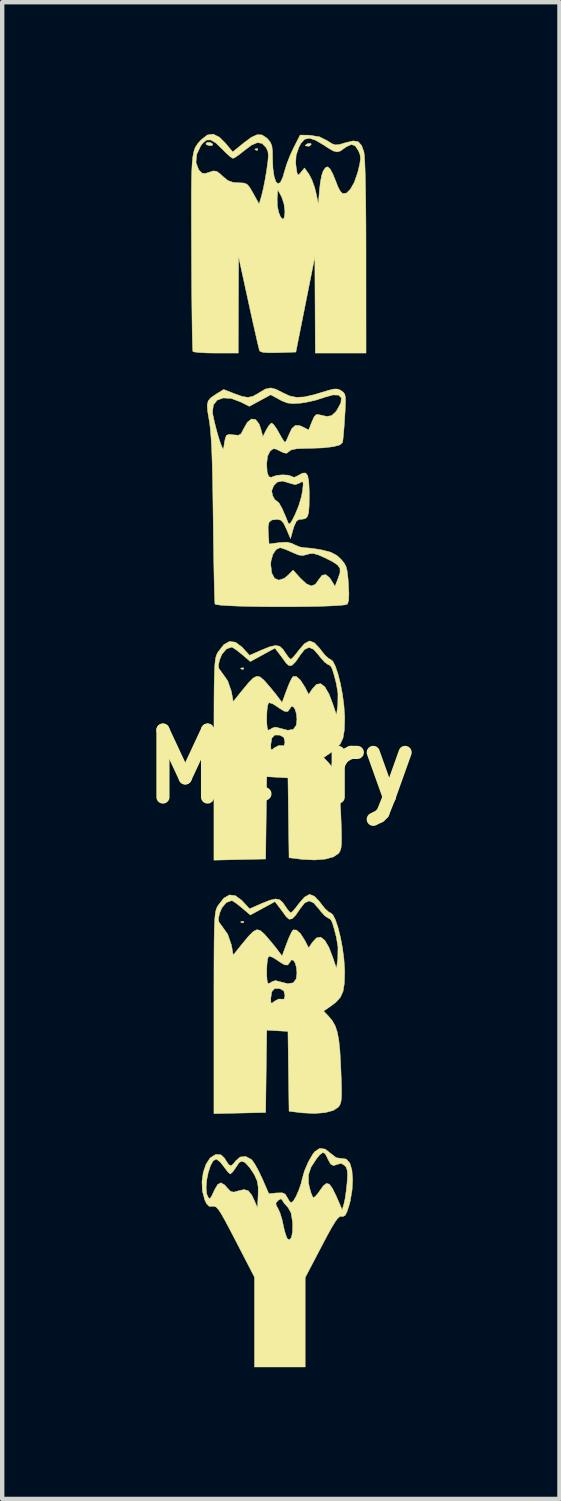
<source format=kicad_pcb>
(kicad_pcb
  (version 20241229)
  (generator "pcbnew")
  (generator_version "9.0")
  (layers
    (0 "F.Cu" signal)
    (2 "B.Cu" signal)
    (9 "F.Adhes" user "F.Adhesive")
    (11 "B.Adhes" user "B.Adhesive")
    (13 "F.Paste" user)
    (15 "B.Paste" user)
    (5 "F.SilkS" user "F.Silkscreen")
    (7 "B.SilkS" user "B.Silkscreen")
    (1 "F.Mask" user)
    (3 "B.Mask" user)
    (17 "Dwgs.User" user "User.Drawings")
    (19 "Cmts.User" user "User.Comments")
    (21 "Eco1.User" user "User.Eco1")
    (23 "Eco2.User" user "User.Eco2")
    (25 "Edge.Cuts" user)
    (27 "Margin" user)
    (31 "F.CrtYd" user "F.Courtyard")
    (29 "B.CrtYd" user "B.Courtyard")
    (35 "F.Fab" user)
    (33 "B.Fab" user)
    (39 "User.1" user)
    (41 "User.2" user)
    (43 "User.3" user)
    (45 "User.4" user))
  (footprint "Merry"
    (layer "F.Cu")
    (at 3.346 14.412)
    (property "Reference" "Merry" (at 0 0 0) (layer "F.SilkS") (effects (font (size 1.524 1.524) (thickness 0.3))))
    (attr through_hole)
    (fp_poly (pts (xy -0.847 -2.248) (xy -0.853 -2.22) (xy -0.877 -2.217) (xy -0.915 -2.234) (xy -0.908 -2.248) (xy -0.853 -2.253) (xy -0.847 -2.248)) (stroke (width 0.01) (type solid)) (fill yes) (layer "F.SilkS"))
    (fp_poly (pts (xy -0.847 3.525) (xy -0.853 3.553) (xy -0.877 3.556) (xy -0.915 3.539) (xy -0.908 3.525) (xy -0.853 3.52) (xy -0.847 3.525)) (stroke (width 0.01) (type solid)) (fill yes) (layer "F.SilkS"))
    (fp_poly (pts (xy -0.523 -14.07) (xy -0.53 -14.043) (xy -0.554 -14.039) (xy -0.592 -14.056) (xy -0.585 -14.07) (xy -0.53 -14.076) (xy -0.523 -14.07)) (stroke (width 0.01) (type solid)) (fill yes) (layer "F.SilkS"))
    (fp_poly (pts (xy -1.605 -14.217) (xy -1.549 -14.181) (xy -1.549 -14.181) (xy -1.564 -14.149) (xy -1.615 -14.144) (xy -1.691 -14.165) (xy -1.709 -14.188) (xy -1.675 -14.22) (xy -1.605 -14.217)) (stroke (width 0.01) (type solid)) (fill yes) (layer "F.SilkS"))
    (fp_poly (pts (xy 0.693 -14.176) (xy 0.655 -14.137) (xy 0.623 -14.132) (xy 0.562 -14.142) (xy 0.554 -14.15) (xy 0.59 -14.18) (xy 0.623 -14.195) (xy 0.683 -14.195) (xy 0.693 -14.176)) (stroke (width 0.01) (type solid)) (fill yes) (layer "F.SilkS"))
    (fp_poly (pts (xy 1.011 8.708) (xy 1.137 8.808) (xy 1.262 8.904) (xy 1.38 8.921) (xy 1.487 8.934) (xy 1.562 9.015) (xy 1.573 9.033) (xy 1.618 9.186) (xy 1.635 9.398) (xy 1.622 9.642) (xy 1.58 9.889) (xy 1.553 9.992) (xy 1.503 10.142) (xy 1.461 10.22) (xy 1.413 10.243) (xy 1.384 10.239) (xy 1.346 10.242) (xy 1.3 10.278) (xy 1.24 10.357) (xy 1.16 10.489) (xy 1.052 10.684) (xy 0.925 10.925) (xy 0.554 11.634) (xy 0.554 13.67) (xy -0.6 13.67) (xy -0.6 11.624) (xy -1.022 10.807) (xy -1.167 10.528) (xy -1.278 10.321) (xy -1.36 10.176) (xy -1.422 10.083) (xy -1.47 10.031) (xy -1.511 10.01) (xy -1.551 10.011) (xy -1.553 10.011) (xy -1.633 10.01) (xy -1.69 9.953) (xy -1.732 9.867) (xy -1.786 9.665) (xy -1.79 9.585) (xy -1.702 9.585) (xy -1.689 9.725) (xy -1.664 9.789) (xy -1.634 9.831) (xy -1.609 9.83) (xy -1.574 9.774) (xy -1.515 9.648) (xy -1.512 9.64) (xy -1.438 9.513) (xy -1.365 9.475) (xy -1.28 9.524) (xy -1.222 9.59) (xy -1.145 9.671) (xy -1.072 9.688) (xy -0.976 9.661) (xy -0.838 9.629) (xy -0.741 9.657) (xy -0.662 9.756) (xy -0.616 9.852) (xy -0.531 10.045) (xy -0.526 9.933) (xy -0.113 9.933) (xy -0.105 9.992) (xy -0.069 10.052) (xy -0.02 10.159) (xy 0.028 10.316) (xy 0.052 10.427) (xy 0.087 10.582) (xy 0.127 10.704) (xy 0.152 10.753) (xy 0.201 10.774) (xy 0.241 10.718) (xy 0.265 10.6) (xy 0.27 10.433) (xy 0.265 10.355) (xy 0.232 10.16) (xy 0.163 10.035) (xy 0.151 10.023) (xy 0.073 9.936) (xy 0.035 9.874) (xy 0.006 9.838) (xy -0.054 9.871) (xy -0.063 9.878) (xy -0.113 9.933) (xy -0.526 9.933) (xy -0.517 9.752) (xy -0.516 9.569) (xy -0.539 9.434) (xy -0.596 9.304) (xy -0.623 9.257) (xy -0.71 9.128) (xy -0.797 9.031) (xy -0.833 9.004) (xy -0.898 8.984) (xy -0.953 9.018) (xy -1.022 9.121) (xy -1.022 9.121) (xy -1.091 9.22) (xy -1.145 9.271) (xy -1.157 9.273) (xy -1.205 9.229) (xy -1.277 9.136) (xy -1.304 9.098) (xy -1.386 8.997) (xy -1.46 8.941) (xy -1.478 8.936) (xy -1.544 8.978) (xy -1.604 9.089) (xy -1.654 9.243) (xy -1.689 9.416) (xy -1.702 9.585) (xy -1.79 9.585) (xy -1.796 9.449) (xy -1.767 9.237) (xy -1.703 9.051) (xy -1.611 8.91) (xy -1.495 8.835) (xy -1.466 8.829) (xy -1.364 8.838) (xy -1.289 8.906) (xy -1.258 8.956) (xy -1.187 9.063) (xy -1.131 9.088) (xy -1.069 9.032) (xy -1.035 8.982) (xy -0.928 8.888) (xy -0.799 8.875) (xy -0.67 8.945) (xy -0.653 8.963) (xy -0.591 9.052) (xy -0.511 9.197) (xy -0.429 9.369) (xy -0.419 9.391) (xy -0.274 9.723) (xy -0.092 9.706) (xy 0.032 9.703) (xy 0.1 9.734) (xy 0.145 9.809) (xy 0.196 9.896) (xy 0.237 9.929) (xy 0.285 9.889) (xy 0.346 9.786) (xy 0.408 9.646) (xy 0.46 9.495) (xy 0.483 9.4) (xy 0.513 9.293) (xy 0.628 9.293) (xy 0.63 9.477) (xy 0.649 9.569) (xy 0.686 9.702) (xy 0.722 9.792) (xy 0.737 9.812) (xy 0.78 9.791) (xy 0.849 9.711) (xy 0.883 9.662) (xy 0.968 9.543) (xy 1.038 9.489) (xy 1.103 9.506) (xy 1.172 9.598) (xy 1.258 9.771) (xy 1.297 9.86) (xy 1.397 10.091) (xy 1.438 9.952) (xy 1.463 9.835) (xy 1.488 9.663) (xy 1.507 9.488) (xy 1.519 9.307) (xy 1.513 9.193) (xy 1.487 9.12) (xy 1.458 9.084) (xy 1.374 9.032) (xy 1.289 9.054) (xy 1.2 9.084) (xy 1.135 9.049) (xy 1.073 8.939) (xy 1.063 8.914) (xy 1.009 8.811) (xy 0.956 8.785) (xy 0.885 8.837) (xy 0.814 8.925) (xy 0.687 9.119) (xy 0.628 9.293) (xy 0.513 9.293) (xy 0.537 9.207) (xy 0.626 8.999) (xy 0.729 8.821) (xy 0.775 8.763) (xy 0.886 8.691) (xy 1.011 8.708)) (stroke (width 0.01) (type solid)) (fill yes) (layer "F.SilkS"))
    (fp_poly (pts (xy 0.765 -2.822) (xy 0.883 -2.697) (xy 0.914 -2.655) (xy 1.006 -2.54) (xy 1.089 -2.465) (xy 1.127 -2.448) (xy 1.183 -2.404) (xy 1.243 -2.286) (xy 1.302 -2.109) (xy 1.357 -1.891) (xy 1.403 -1.648) (xy 1.436 -1.398) (xy 1.453 -1.156) (xy 1.454 -1.085) (xy 1.446 -0.836) (xy 1.416 -0.655) (xy 1.354 -0.519) (xy 1.25 -0.406) (xy 1.131 -0.316) (xy 0.974 -0.209) (xy 1.085 -0.093) (xy 1.171 0.01) (xy 1.237 0.126) (xy 1.285 0.269) (xy 1.32 0.454) (xy 1.345 0.697) (xy 1.363 1.014) (xy 1.367 1.116) (xy 1.378 1.398) (xy 1.383 1.604) (xy 1.381 1.748) (xy 1.371 1.845) (xy 1.353 1.91) (xy 1.325 1.958) (xy 1.311 1.976) (xy 1.195 2.054) (xy 1.007 2.104) (xy 0.765 2.123) (xy 0.486 2.109) (xy 0.445 2.104) (xy 0.187 2.072) (xy 0.174 1.163) (xy 0.162 0.254) (xy -0.08 0.24) (xy -0.321 0.226) (xy -0.334 1.164) (xy -0.346 2.101) (xy -1.524 2.127) (xy -1.524 -0.166) (xy -1.524 -0.489) (xy -0.23 -0.489) (xy -0.226 -0.399) (xy -0.2 -0.388) (xy -0.145 -0.433) (xy -0.05 -0.483) (xy 0.016 -0.481) (xy 0.073 -0.48) (xy 0.092 -0.55) (xy 0.092 -0.571) (xy 0.067 -0.671) (xy -0.025 -0.72) (xy -0.028 -0.721) (xy -0.142 -0.722) (xy -0.207 -0.649) (xy -0.23 -0.498) (xy -0.23 -0.489) (xy -1.524 -0.489) (xy -1.524 -0.686) (xy -1.523 -1.121) (xy -1.523 -1.145) (xy -0.322 -1.145) (xy -0.321 -1.003) (xy -0.311 -0.89) (xy -0.291 -0.833) (xy -0.286 -0.831) (xy -0.224 -0.86) (xy -0.201 -0.879) (xy -0.122 -0.903) (xy -0.028 -0.879) (xy 0.159 -0.831) (xy 0.285 -0.852) (xy 0.349 -0.943) (xy 0.351 -0.947) (xy 0.366 -1.075) (xy 0.355 -1.2) (xy 0.326 -1.303) (xy 0.285 -1.367) (xy 0.239 -1.373) (xy 0.201 -1.316) (xy 0.158 -1.258) (xy 0.086 -1.262) (xy -0.029 -1.33) (xy -0.077 -1.365) (xy -0.182 -1.432) (xy -0.261 -1.458) (xy -0.277 -1.455) (xy -0.3 -1.4) (xy -0.315 -1.287) (xy -0.322 -1.145) (xy -1.523 -1.145) (xy -1.522 -1.48) (xy -1.52 -1.771) (xy -1.516 -2.002) (xy -1.511 -2.181) (xy -1.504 -2.316) (xy -1.503 -2.321) (xy -1.422 -2.321) (xy -1.413 -2.241) (xy -1.359 -2.166) (xy -1.353 -2.158) (xy -1.21 -1.957) (xy -1.128 -1.719) (xy -1.117 -1.663) (xy -1.085 -1.483) (xy -0.877 -1.742) (xy -0.733 -1.916) (xy -0.628 -2.021) (xy -0.546 -2.062) (xy -0.473 -2.046) (xy -0.392 -1.978) (xy -0.355 -1.939) (xy -0.234 -1.799) (xy -0.115 -1.653) (xy -0.09 -1.62) (xy 0.028 -1.463) (xy 0.132 -1.746) (xy 0.191 -1.896) (xy 0.246 -2.009) (xy 0.281 -2.058) (xy 0.356 -2.054) (xy 0.447 -1.972) (xy 0.543 -1.822) (xy 0.551 -1.808) (xy 0.634 -1.646) (xy 0.715 -1.77) (xy 0.812 -1.876) (xy 0.907 -1.893) (xy 1.001 -1.82) (xy 1.096 -1.657) (xy 1.182 -1.432) (xy 1.267 -1.178) (xy 1.297 -1.409) (xy 1.301 -1.668) (xy 1.264 -1.892) (xy 1.214 -2.086) (xy 1.177 -2.209) (xy 1.146 -2.278) (xy 1.111 -2.313) (xy 1.071 -2.33) (xy 0.999 -2.382) (xy 0.907 -2.483) (xy 0.863 -2.541) (xy 0.746 -2.674) (xy 0.642 -2.718) (xy 0.542 -2.672) (xy 0.446 -2.551) (xy 0.337 -2.392) (xy 0.256 -2.311) (xy 0.19 -2.3) (xy 0.126 -2.354) (xy 0.108 -2.378) (xy 0.018 -2.502) (xy -0.056 -2.6) (xy -0.134 -2.702) (xy -0.415 -2.549) (xy -0.695 -2.396) (xy -0.887 -2.561) (xy -1.001 -2.652) (xy -1.088 -2.711) (xy -1.12 -2.725) (xy -1.24 -2.682) (xy -1.341 -2.564) (xy -1.391 -2.446) (xy -1.422 -2.321) (xy -1.503 -2.321) (xy -1.494 -2.415) (xy -1.482 -2.487) (xy -1.467 -2.54) (xy -1.448 -2.581) (xy -1.428 -2.616) (xy -1.298 -2.781) (xy -1.169 -2.854) (xy -1.033 -2.836) (xy -0.888 -2.728) (xy -0.862 -2.7) (xy -0.712 -2.537) (xy -0.447 -2.654) (xy -0.254 -2.732) (xy -0.121 -2.762) (xy -0.027 -2.744) (xy 0.049 -2.674) (xy 0.092 -2.609) (xy 0.162 -2.508) (xy 0.216 -2.452) (xy 0.227 -2.448) (xy 0.271 -2.482) (xy 0.347 -2.571) (xy 0.411 -2.655) (xy 0.537 -2.802) (xy 0.643 -2.861) (xy 0.664 -2.863) (xy 0.765 -2.822)) (stroke (width 0.01) (type solid)) (fill yes) (layer "F.SilkS"))
    (fp_poly (pts (xy 0.765 2.95) (xy 0.883 3.075) (xy 0.914 3.117) (xy 1.006 3.233) (xy 1.089 3.308) (xy 1.127 3.325) (xy 1.183 3.368) (xy 1.243 3.487) (xy 1.302 3.663) (xy 1.357 3.882) (xy 1.403 4.125) (xy 1.436 4.375) (xy 1.453 4.617) (xy 1.454 4.687) (xy 1.446 4.937) (xy 1.416 5.118) (xy 1.354 5.253) (xy 1.25 5.367) (xy 1.131 5.456) (xy 0.974 5.564) (xy 1.085 5.68) (xy 1.171 5.783) (xy 1.237 5.899) (xy 1.285 6.042) (xy 1.32 6.227) (xy 1.345 6.47) (xy 1.363 6.786) (xy 1.367 6.888) (xy 1.378 7.171) (xy 1.383 7.377) (xy 1.381 7.52) (xy 1.371 7.617) (xy 1.353 7.682) (xy 1.325 7.731) (xy 1.311 7.749) (xy 1.195 7.827) (xy 1.007 7.877) (xy 0.765 7.896) (xy 0.486 7.882) (xy 0.445 7.877) (xy 0.187 7.845) (xy 0.174 6.936) (xy 0.162 6.027) (xy -0.08 6.013) (xy -0.321 5.999) (xy -0.334 6.936) (xy -0.346 7.874) (xy -1.524 7.9) (xy -1.524 5.606) (xy -1.524 5.283) (xy -0.23 5.283) (xy -0.226 5.374) (xy -0.2 5.384) (xy -0.145 5.34) (xy -0.05 5.29) (xy 0.016 5.292) (xy 0.073 5.293) (xy 0.092 5.223) (xy 0.092 5.201) (xy 0.067 5.102) (xy -0.025 5.052) (xy -0.028 5.052) (xy -0.142 5.051) (xy -0.207 5.124) (xy -0.23 5.275) (xy -0.23 5.283) (xy -1.524 5.283) (xy -1.524 5.087) (xy -1.523 4.652) (xy -1.523 4.627) (xy -0.322 4.627) (xy -0.321 4.769) (xy -0.311 4.883) (xy -0.291 4.94) (xy -0.286 4.941) (xy -0.224 4.913) (xy -0.201 4.894) (xy -0.122 4.869) (xy -0.028 4.894) (xy 0.159 4.941) (xy 0.285 4.92) (xy 0.349 4.83) (xy 0.351 4.826) (xy 0.366 4.698) (xy 0.355 4.573) (xy 0.326 4.469) (xy 0.285 4.406) (xy 0.239 4.399) (xy 0.201 4.457) (xy 0.158 4.515) (xy 0.086 4.511) (xy -0.029 4.443) (xy -0.077 4.408) (xy -0.182 4.341) (xy -0.261 4.315) (xy -0.277 4.318) (xy -0.3 4.373) (xy -0.315 4.486) (xy -0.322 4.627) (xy -1.523 4.627) (xy -1.522 4.293) (xy -1.52 4.002) (xy -1.516 3.771) (xy -1.511 3.592) (xy -1.504 3.457) (xy -1.503 3.451) (xy -1.422 3.451) (xy -1.413 3.531) (xy -1.359 3.607) (xy -1.353 3.614) (xy -1.21 3.815) (xy -1.128 4.053) (xy -1.117 4.11) (xy -1.085 4.289) (xy -0.877 4.03) (xy -0.733 3.857) (xy -0.628 3.752) (xy -0.546 3.711) (xy -0.473 3.727) (xy -0.392 3.795) (xy -0.355 3.834) (xy -0.234 3.974) (xy -0.115 4.12) (xy -0.09 4.153) (xy 0.028 4.31) (xy 0.132 4.027) (xy 0.191 3.877) (xy 0.246 3.764) (xy 0.281 3.715) (xy 0.356 3.719) (xy 0.447 3.8) (xy 0.543 3.95) (xy 0.551 3.965) (xy 0.634 4.126) (xy 0.715 4.003) (xy 0.812 3.897) (xy 0.907 3.88) (xy 1.001 3.953) (xy 1.096 4.116) (xy 1.182 4.341) (xy 1.267 4.595) (xy 1.297 4.364) (xy 1.301 4.105) (xy 1.264 3.881) (xy 1.214 3.687) (xy 1.177 3.564) (xy 1.146 3.495) (xy 1.111 3.459) (xy 1.071 3.442) (xy 0.999 3.391) (xy 0.907 3.29) (xy 0.863 3.232) (xy 0.746 3.099) (xy 0.642 3.055) (xy 0.542 3.101) (xy 0.446 3.222) (xy 0.337 3.381) (xy 0.256 3.462) (xy 0.19 3.473) (xy 0.126 3.419) (xy 0.108 3.395) (xy 0.018 3.271) (xy -0.056 3.173) (xy -0.134 3.071) (xy -0.415 3.224) (xy -0.695 3.376) (xy -0.887 3.212) (xy -1.001 3.121) (xy -1.088 3.061) (xy -1.12 3.048) (xy -1.24 3.091) (xy -1.341 3.209) (xy -1.391 3.326) (xy -1.422 3.451) (xy -1.503 3.451) (xy -1.494 3.357) (xy -1.482 3.285) (xy -1.467 3.233) (xy -1.448 3.192) (xy -1.428 3.157) (xy -1.298 2.992) (xy -1.169 2.919) (xy -1.033 2.937) (xy -0.888 3.045) (xy -0.862 3.073) (xy -0.712 3.236) (xy -0.447 3.119) (xy -0.254 3.041) (xy -0.121 3.01) (xy -0.027 3.029) (xy 0.049 3.099) (xy 0.092 3.163) (xy 0.162 3.264) (xy 0.216 3.321) (xy 0.227 3.325) (xy 0.271 3.291) (xy 0.347 3.202) (xy 0.411 3.117) (xy 0.537 2.971) (xy 0.643 2.911) (xy 0.664 2.909) (xy 0.765 2.95)) (stroke (width 0.01) (type solid)) (fill yes) (layer "F.SilkS"))
    (fp_poly (pts (xy -1.398 -14.337) (xy -1.266 -14.205) (xy -1.096 -14.002) (xy -0.846 -14.205) (xy -0.673 -14.334) (xy -0.541 -14.394) (xy -0.433 -14.39) (xy -0.329 -14.325) (xy -0.299 -14.296) (xy -0.238 -14.222) (xy -0.204 -14.137) (xy -0.19 -14.011) (xy -0.189 -13.869) (xy -0.18 -13.626) (xy -0.153 -13.442) (xy -0.113 -13.324) (xy -0.064 -13.278) (xy -0.01 -13.308) (xy 0.044 -13.421) (xy 0.075 -13.531) (xy 0.129 -13.709) (xy 0.145 -13.752) (xy 0.338 -13.752) (xy 0.347 -13.666) (xy 0.367 -13.534) (xy 0.386 -13.48) (xy 0.417 -13.49) (xy 0.458 -13.538) (xy 0.538 -13.637) (xy 0.64 -13.495) (xy 0.706 -13.368) (xy 0.768 -13.197) (xy 0.797 -13.084) (xy 0.854 -12.815) (xy 0.88 -13.139) (xy 0.901 -13.318) (xy 0.931 -13.472) (xy 0.963 -13.566) (xy 1.016 -13.644) (xy 1.067 -13.663) (xy 1.121 -13.616) (xy 1.185 -13.497) (xy 1.266 -13.297) (xy 1.293 -13.223) (xy 1.348 -13.115) (xy 1.407 -13.054) (xy 1.41 -13.052) (xy 1.496 -13.065) (xy 1.586 -13.156) (xy 1.673 -13.311) (xy 1.746 -13.519) (xy 1.757 -13.558) (xy 1.798 -13.732) (xy 1.814 -13.847) (xy 1.805 -13.933) (xy 1.772 -14.02) (xy 1.768 -14.028) (xy 1.693 -14.142) (xy 1.604 -14.171) (xy 1.487 -14.117) (xy 1.444 -14.085) (xy 1.355 -14.023) (xy 1.28 -14.002) (xy 1.193 -14.025) (xy 1.068 -14.098) (xy 0.983 -14.155) (xy 0.791 -14.269) (xy 0.648 -14.315) (xy 0.541 -14.29) (xy 0.455 -14.194) (xy 0.409 -14.105) (xy 0.348 -13.925) (xy 0.338 -13.752) (xy 0.145 -13.752) (xy 0.209 -13.918) (xy 0.286 -14.085) (xy 0.439 -14.386) (xy 0.654 -14.383) (xy 0.881 -14.346) (xy 1.053 -14.259) (xy 1.164 -14.189) (xy 1.245 -14.162) (xy 1.336 -14.171) (xy 1.47 -14.211) (xy 1.645 -14.253) (xy 1.76 -14.236) (xy 1.838 -14.15) (xy 1.892 -14) (xy 1.903 -13.912) (xy 1.913 -13.739) (xy 1.922 -13.486) (xy 1.929 -13.159) (xy 1.934 -12.765) (xy 1.938 -12.309) (xy 1.939 -11.798) (xy 1.939 -11.626) (xy 1.94 -9.421) (xy 0.785 -9.421) (xy 0.774 -11.615) (xy 0.558 -10.529) (xy 0.342 -9.444) (xy -0.061 -9.431) (xy -0.273 -9.428) (xy -0.407 -9.438) (xy -0.474 -9.461) (xy -0.486 -9.477) (xy -0.502 -9.538) (xy -0.535 -9.675) (xy -0.58 -9.875) (xy -0.637 -10.125) (xy -0.7 -10.411) (xy -0.736 -10.576) (xy -0.962 -11.615) (xy -0.966 -10.518) (xy -0.97 -9.421) (xy -1.475 -9.421) (xy -1.682 -9.424) (xy -1.852 -9.433) (xy -1.966 -9.446) (xy -2.004 -9.459) (xy -2.008 -9.511) (xy -2.013 -9.646) (xy -2.018 -9.856) (xy -2.022 -10.131) (xy -2.026 -10.461) (xy -2.03 -10.839) (xy -2.033 -11.254) (xy -2.035 -11.697) (xy -2.035 -11.714) (xy -2.037 -12.235) (xy -2.038 -12.672) (xy -2.038 -13.034) (xy -2.035 -13.328) (xy -2.029 -13.563) (xy -2.019 -13.747) (xy -2.017 -13.761) (xy -1.933 -13.761) (xy -1.874 -13.602) (xy -1.859 -13.582) (xy -1.794 -13.518) (xy -1.723 -13.51) (xy -1.629 -13.54) (xy -1.532 -13.57) (xy -1.46 -13.559) (xy -1.377 -13.497) (xy -1.326 -13.449) (xy -1.204 -13.349) (xy -1.081 -13.307) (xy -0.968 -13.3) (xy -0.851 -13.295) (xy -0.775 -13.269) (xy -0.713 -13.201) (xy -0.638 -13.073) (xy -0.629 -13.057) (xy -0.495 -12.815) (xy -0.459 -12.936) (xy -0.084 -12.936) (xy -0.08 -12.781) (xy -0.052 -12.634) (xy -0.007 -12.521) (xy 0.045 -12.47) (xy 0.052 -12.469) (xy 0.077 -12.51) (xy 0.091 -12.613) (xy 0.092 -12.656) (xy 0.071 -12.82) (xy 0.02 -12.975) (xy 0.012 -12.991) (xy -0.069 -13.139) (xy -0.084 -12.936) (xy -0.459 -12.936) (xy -0.437 -13.012) (xy -0.402 -13.154) (xy -0.363 -13.349) (xy -0.327 -13.559) (xy -0.321 -13.599) (xy -0.294 -13.794) (xy -0.285 -13.923) (xy -0.294 -14.009) (xy -0.323 -14.077) (xy -0.34 -14.106) (xy -0.428 -14.196) (xy -0.533 -14.214) (xy -0.667 -14.158) (xy -0.826 -14.039) (xy -0.948 -13.942) (xy -1.045 -13.875) (xy -1.089 -13.855) (xy -1.143 -13.886) (xy -1.235 -13.967) (xy -1.323 -14.055) (xy -1.476 -14.203) (xy -1.594 -14.275) (xy -1.69 -14.274) (xy -1.78 -14.201) (xy -1.825 -14.14) (xy -1.916 -13.948) (xy -1.933 -13.761) (xy -2.017 -13.761) (xy -2.005 -13.888) (xy -1.985 -13.996) (xy -1.96 -14.077) (xy -1.927 -14.141) (xy -1.888 -14.196) (xy -1.84 -14.25) (xy -1.81 -14.282) (xy -1.674 -14.388) (xy -1.539 -14.407) (xy -1.398 -14.337)) (stroke (width 0.01) (type solid)) (fill yes) (layer "F.SilkS"))
    (fp_poly (pts (xy -0.111 -8.597) (xy 0.039 -8.52) (xy 0.197 -8.446) (xy 0.354 -8.413) (xy 0.532 -8.422) (xy 0.757 -8.473) (xy 0.909 -8.519) (xy 1.09 -8.574) (xy 1.207 -8.602) (xy 1.285 -8.603) (xy 1.346 -8.581) (xy 1.378 -8.561) (xy 1.425 -8.526) (xy 1.455 -8.485) (xy 1.47 -8.419) (xy 1.473 -8.309) (xy 1.466 -8.138) (xy 1.456 -7.974) (xy 1.442 -7.759) (xy 1.427 -7.573) (xy 1.413 -7.439) (xy 1.404 -7.384) (xy 1.342 -7.329) (xy 1.191 -7.289) (xy 0.956 -7.262) (xy 0.64 -7.251) (xy 0.571 -7.251) (xy 0.367 -7.243) (xy 0.24 -7.218) (xy 0.186 -7.182) (xy 0.135 -7.14) (xy 0.07 -7.148) (xy -0.002 -7.182) (xy -0.108 -7.234) (xy -0.168 -7.243) (xy -0.219 -7.209) (xy -0.251 -7.178) (xy -0.303 -7.071) (xy -0.323 -6.899) (xy -0.323 -6.889) (xy -0.311 -6.705) (xy -0.275 -6.607) (xy -0.215 -6.591) (xy -0.184 -6.606) (xy -0.09 -6.636) (xy 0.038 -6.648) (xy 0.162 -6.641) (xy 0.244 -6.615) (xy 0.254 -6.605) (xy 0.31 -6.592) (xy 0.395 -6.633) (xy 0.495 -6.687) (xy 0.565 -6.69) (xy 0.61 -6.632) (xy 0.635 -6.505) (xy 0.646 -6.299) (xy 0.647 -6.172) (xy 0.644 -5.942) (xy 0.632 -5.789) (xy 0.605 -5.697) (xy 0.555 -5.651) (xy 0.477 -5.635) (xy 0.421 -5.634) (xy 0.357 -5.597) (xy 0.301 -5.478) (xy 0.281 -5.415) (xy 0.22 -5.195) (xy 0.127 -5.415) (xy 0.063 -5.548) (xy 0.003 -5.614) (xy -0.073 -5.633) (xy -0.087 -5.633) (xy -0.204 -5.62) (xy -0.268 -5.569) (xy -0.29 -5.461) (xy -0.286 -5.319) (xy -0.268 -5.073) (xy -0.04 -5.104) (xy 0.131 -5.115) (xy 0.251 -5.088) (xy 0.3 -5.061) (xy 0.433 -5.005) (xy 0.545 -4.988) (xy 0.664 -4.979) (xy 0.83 -4.956) (xy 0.951 -4.934) (xy 1.141 -4.884) (xy 1.278 -4.81) (xy 1.367 -4.728) (xy 1.437 -4.646) (xy 1.482 -4.565) (xy 1.51 -4.458) (xy 1.529 -4.3) (xy 1.539 -4.166) (xy 1.55 -3.935) (xy 1.543 -3.786) (xy 1.518 -3.708) (xy 1.514 -3.703) (xy 1.453 -3.686) (xy 1.315 -3.673) (xy 1.113 -3.662) (xy 0.861 -3.653) (xy 0.571 -3.648) (xy 0.258 -3.644) (xy -0.065 -3.644) (xy -0.386 -3.646) (xy -0.69 -3.651) (xy -0.965 -3.658) (xy -1.196 -3.668) (xy -1.371 -3.68) (xy -1.475 -3.695) (xy -1.5 -3.706) (xy -1.505 -3.764) (xy -1.51 -3.903) (xy -1.516 -4.115) (xy -1.522 -4.389) (xy -1.526 -4.605) (xy -0.231 -4.605) (xy -0.207 -4.411) (xy -0.143 -4.291) (xy -0.045 -4.25) (xy 0.079 -4.292) (xy 0.165 -4.363) (xy 0.279 -4.478) (xy 0.445 -4.294) (xy 0.585 -4.164) (xy 0.697 -4.118) (xy 0.789 -4.156) (xy 0.854 -4.249) (xy 0.936 -4.359) (xy 1.022 -4.376) (xy 1.112 -4.302) (xy 1.148 -4.248) (xy 1.233 -4.109) (xy 1.308 -4.302) (xy 1.349 -4.427) (xy 1.346 -4.52) (xy 1.291 -4.597) (xy 1.17 -4.676) (xy 1.003 -4.759) (xy 0.846 -4.828) (xy 0.739 -4.857) (xy 0.652 -4.851) (xy 0.6 -4.835) (xy 0.5 -4.81) (xy 0.399 -4.824) (xy 0.261 -4.882) (xy 0.254 -4.886) (xy 0.119 -4.945) (xy 0.012 -4.982) (xy -0.022 -4.988) (xy -0.109 -4.946) (xy -0.181 -4.838) (xy -0.224 -4.689) (xy -0.231 -4.605) (xy -1.526 -4.605) (xy -1.528 -4.714) (xy -1.534 -5.082) (xy -1.539 -5.481) (xy -1.541 -5.634) (xy -1.548 -6.158) (xy -1.55 -6.285) (xy -0.209 -6.285) (xy -0.187 -6.172) (xy -0.138 -6.083) (xy -0.091 -6.05) (xy -0.041 -6.006) (xy 0.029 -5.881) (xy 0.117 -5.679) (xy 0.161 -5.565) (xy 0.185 -5.528) (xy 0.218 -5.547) (xy 0.27 -5.633) (xy 0.33 -5.756) (xy 0.408 -5.947) (xy 0.468 -6.149) (xy 0.493 -6.28) (xy 0.508 -6.419) (xy 0.505 -6.483) (xy 0.477 -6.49) (xy 0.426 -6.461) (xy 0.329 -6.425) (xy 0.22 -6.452) (xy 0.209 -6.456) (xy 0.041 -6.507) (xy -0.084 -6.482) (xy -0.162 -6.402) (xy -0.209 -6.285) (xy -1.55 -6.285) (xy -1.556 -6.599) (xy -1.565 -6.964) (xy -1.576 -7.262) (xy -1.59 -7.502) (xy -1.606 -7.693) (xy -1.624 -7.842) (xy -1.633 -7.895) (xy -1.664 -8.081) (xy -1.557 -8.081) (xy -1.55 -8.026) (xy -1.511 -7.846) (xy -1.465 -7.662) (xy -1.416 -7.492) (xy -1.37 -7.353) (xy -1.332 -7.262) (xy -1.308 -7.236) (xy -1.304 -7.251) (xy -1.283 -7.391) (xy -1.266 -7.476) (xy -1.239 -7.547) (xy -1.18 -7.569) (xy -1.08 -7.559) (xy -0.967 -7.549) (xy -0.904 -7.585) (xy -0.854 -7.684) (xy -0.763 -7.845) (xy -0.667 -7.92) (xy -0.576 -7.908) (xy -0.497 -7.809) (xy -0.459 -7.702) (xy -0.409 -7.517) (xy -0.332 -7.672) (xy -0.27 -7.773) (xy -0.216 -7.826) (xy -0.208 -7.828) (xy -0.162 -7.79) (xy -0.095 -7.694) (xy -0.046 -7.609) (xy 0.022 -7.487) (xy 0.075 -7.407) (xy 0.095 -7.389) (xy 0.125 -7.428) (xy 0.168 -7.523) (xy 0.177 -7.546) (xy 0.249 -7.701) (xy 0.329 -7.773) (xy 0.432 -7.769) (xy 0.498 -7.74) (xy 0.634 -7.67) (xy 0.708 -7.859) (xy 0.761 -7.975) (xy 0.81 -8.022) (xy 0.877 -8.017) (xy 0.888 -8.014) (xy 1.047 -7.978) (xy 1.156 -7.997) (xy 1.247 -8.08) (xy 1.279 -8.123) (xy 1.367 -8.287) (xy 1.378 -8.401) (xy 1.317 -8.463) (xy 1.188 -8.468) (xy 0.993 -8.414) (xy 0.97 -8.405) (xy 0.78 -8.345) (xy 0.562 -8.297) (xy 0.451 -8.281) (xy 0.276 -8.27) (xy 0.149 -8.285) (xy 0.026 -8.333) (xy -0.029 -8.362) (xy -0.23 -8.472) (xy -0.474 -8.34) (xy -0.718 -8.208) (xy -0.911 -8.306) (xy -1.126 -8.387) (xy -1.31 -8.399) (xy -1.45 -8.349) (xy -1.536 -8.241) (xy -1.557 -8.081) (xy -1.664 -8.081) (xy -1.668 -8.1) (xy -1.677 -8.238) (xy -1.654 -8.332) (xy -1.593 -8.404) (xy -1.485 -8.479) (xy -1.454 -8.498) (xy -1.302 -8.592) (xy -1.065 -8.499) (xy -0.882 -8.434) (xy -0.751 -8.412) (xy -0.639 -8.435) (xy -0.516 -8.503) (xy -0.489 -8.521) (xy -0.35 -8.602) (xy -0.235 -8.628) (xy -0.111 -8.597)) (stroke (width 0.01) (type solid)) (fill yes) (layer "F.SilkS")))
  (gr_rect
    (start -3 -3)
    (end 9.691 31.087)
    (stroke (width 0.1) (type default))
    (fill no)
    (layer "Edge.Cuts")))
</source>
